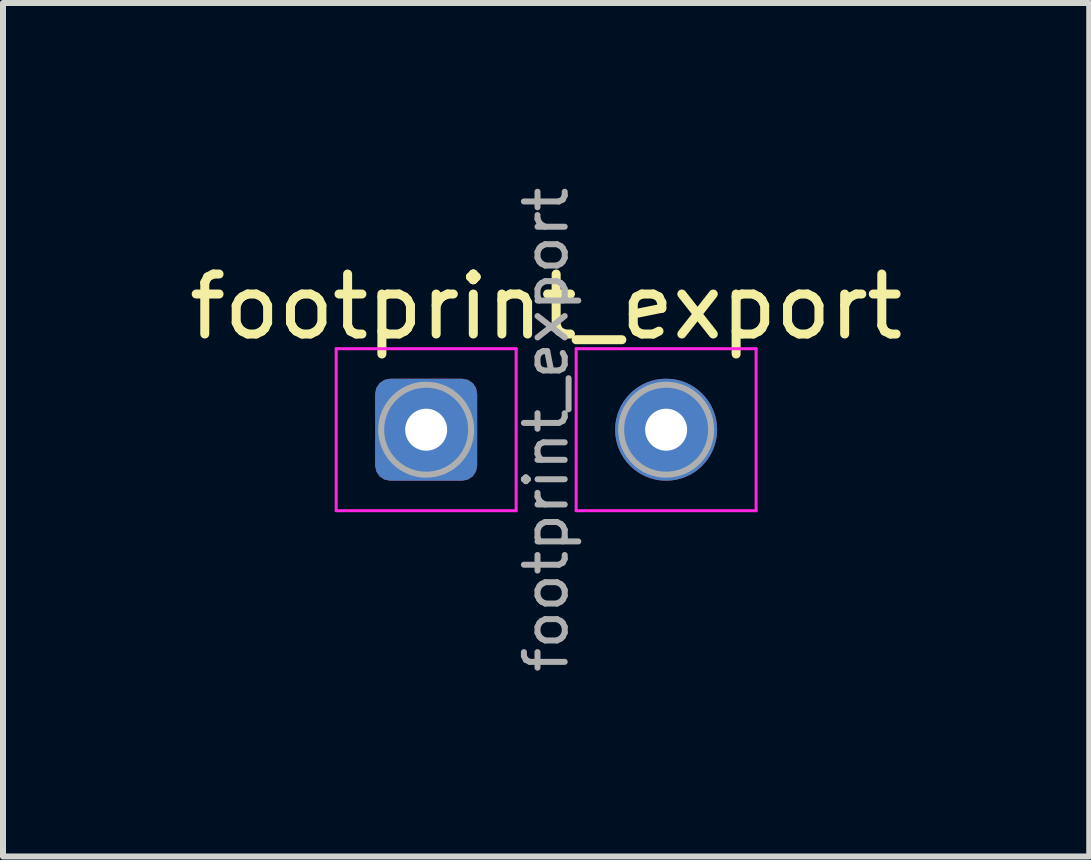
<source format=kicad_pcb>
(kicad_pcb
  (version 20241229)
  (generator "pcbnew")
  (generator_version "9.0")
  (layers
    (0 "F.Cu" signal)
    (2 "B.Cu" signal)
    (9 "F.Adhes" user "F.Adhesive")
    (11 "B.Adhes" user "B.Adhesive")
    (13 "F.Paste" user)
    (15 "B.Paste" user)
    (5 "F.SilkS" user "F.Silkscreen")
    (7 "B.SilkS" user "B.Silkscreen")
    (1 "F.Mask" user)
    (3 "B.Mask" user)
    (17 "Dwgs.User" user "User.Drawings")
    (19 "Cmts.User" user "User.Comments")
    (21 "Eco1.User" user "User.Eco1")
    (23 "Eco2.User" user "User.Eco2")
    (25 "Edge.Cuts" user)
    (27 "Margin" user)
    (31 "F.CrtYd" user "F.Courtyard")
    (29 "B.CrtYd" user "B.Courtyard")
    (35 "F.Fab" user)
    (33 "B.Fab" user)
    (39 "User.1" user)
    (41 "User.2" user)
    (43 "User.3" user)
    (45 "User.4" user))
  (footprint "footprint_export"
    (layer "F.Cu")
    (at 4.054 4.113)
    (property "Reference" "footprint_export" (at 2 -2.05 0) (layer "F.SilkS") (effects (font (size 1 1) (thickness 0.15))))
    (attr exclude_from_pos_files exclude_from_bom)
    (fp_line (start -1.5 -1.35) (end -1.5 1.35) (stroke (width 0.05) (type solid)) (layer "F.CrtYd"))
    (fp_line (start -1.5 1.35) (end 1.5 1.35) (stroke (width 0.05) (type solid)) (layer "F.CrtYd"))
    (fp_line (start 1.5 -1.35) (end -1.5 -1.35) (stroke (width 0.05) (type solid)) (layer "F.CrtYd"))
    (fp_line (start 1.5 1.35) (end 1.5 -1.35) (stroke (width 0.05) (type solid)) (layer "F.CrtYd"))
    (fp_line (start 2.5 -1.35) (end 2.5 1.35) (stroke (width 0.05) (type solid)) (layer "F.CrtYd"))
    (fp_line (start 2.5 1.35) (end 5.5 1.35) (stroke (width 0.05) (type solid)) (layer "F.CrtYd"))
    (fp_line (start 5.5 -1.35) (end 2.5 -1.35) (stroke (width 0.05) (type solid)) (layer "F.CrtYd"))
    (fp_line (start 5.5 1.35) (end 5.5 -1.35) (stroke (width 0.05) (type solid)) (layer "F.CrtYd"))
    (fp_circle (center 0 0) (end 0.75 0) (stroke (width 0.1) (type solid)) (fill no) (layer "F.Fab"))
    (fp_circle (center 4 0) (end 4.75 0) (stroke (width 0.1) (type solid)) (fill no) (layer "F.Fab"))
    (fp_text user "${REFERENCE}" (at 2 0 90) (layer "F.Fab") (effects (font (size 0.68 0.68) (thickness 0.1))))
    (pad "1" thru_hole roundrect (at 0 0) (size 1.7 1.7) (drill 0.7) (layers "*.Cu" "*.Mask") (roundrect_rratio 0.147))
    (pad "2" thru_hole circle (at 4 0) (size 1.7 1.7) (drill 0.7) (layers "*.Cu" "*.Mask")))
  (gr_rect
    (start -3 -3)
    (end 15.107 11.227)
    (stroke (width 0.1) (type default))
    (fill no)
    (layer "Edge.Cuts")))
</source>
